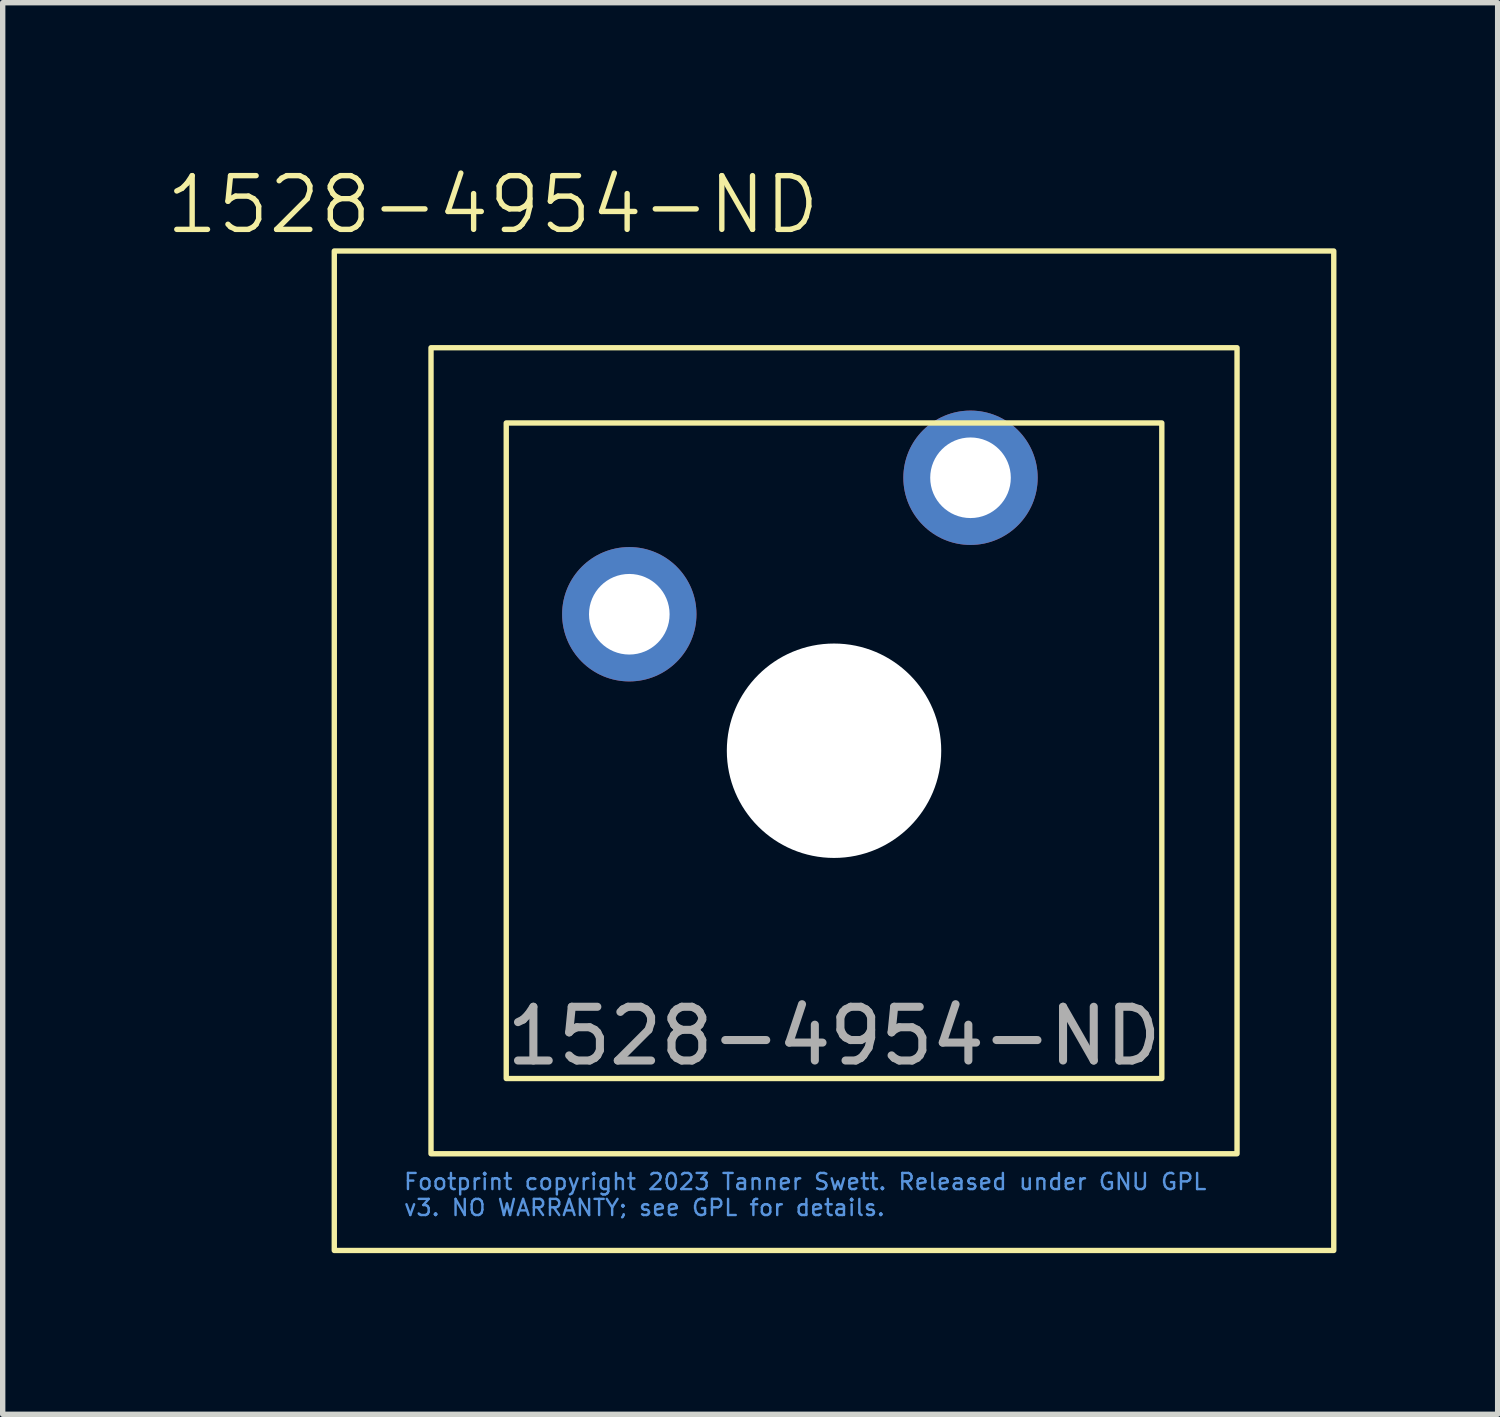
<source format=kicad_pcb>
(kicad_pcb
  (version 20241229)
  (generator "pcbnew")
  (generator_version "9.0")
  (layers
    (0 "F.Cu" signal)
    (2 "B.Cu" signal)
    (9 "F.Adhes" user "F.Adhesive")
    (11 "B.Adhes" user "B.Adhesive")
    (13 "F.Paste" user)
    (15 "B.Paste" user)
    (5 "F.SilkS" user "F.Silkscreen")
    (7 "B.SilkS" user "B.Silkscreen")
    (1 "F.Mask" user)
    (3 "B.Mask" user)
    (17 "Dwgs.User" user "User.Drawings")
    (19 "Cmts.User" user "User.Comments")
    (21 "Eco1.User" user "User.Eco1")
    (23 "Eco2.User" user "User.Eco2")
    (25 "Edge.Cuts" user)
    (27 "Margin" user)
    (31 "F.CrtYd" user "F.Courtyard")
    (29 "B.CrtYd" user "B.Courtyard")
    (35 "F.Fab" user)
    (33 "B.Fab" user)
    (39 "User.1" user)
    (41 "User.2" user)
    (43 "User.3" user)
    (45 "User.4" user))
  (footprint "1528-4954-ND"
    (layer "F.Cu")
    (at 12.471 10.921)
    (property "Reference" "1528-4954-ND" (at -6.35 -10.16 0) (unlocked yes) (layer "F.SilkS") (effects (font (size 1 1) (thickness 0.1))))
    (attr through_hole)
    (fp_rect (start -9.3 -9.3) (end 9.3 9.3) (stroke (width 0.1) (type default)) (fill no) (layer "F.SilkS"))
    (fp_rect (start -7.5 -7.5) (end 7.5 7.5) (stroke (width 0.1) (type default)) (fill no) (layer "F.SilkS"))
    (fp_rect (start -6.1 -6.1) (end 6.1 6.1) (stroke (width 0.1) (type default)) (fill no) (layer "F.SilkS"))
    (fp_text user "${REFERENCE}" (at 0 5.31 0) (unlocked yes) (layer "F.Fab") (effects (font (size 1 1) (thickness 0.15))))
    (fp_text_box "Footprint copyright 2023 Tanner Swett. Released under GNU GPL v3. NO WARRANTY; see GPL for details." (start -8.255 7.62) (end 7.62 8.89) (margins 0.225 0.225 0.225 0.225) (layer "Cmts.User") (effects (font (size 0.3 0.3) (thickness 0.045)) (justify left top)) (border no) (stroke (width -0.000001) (type solid)))
    (pad "" np_thru_hole circle (at 0 0) (size 3.99 3.99) (drill 3.99) (layers "*.Cu" "*.Mask"))
    (pad "1" thru_hole circle (at -3.81 -2.54) (size 2.5 2.5) (drill 1.5) (layers "*.Cu" "*.Mask"))
    (pad "2" thru_hole circle (at 2.54 -5.08) (size 2.5 2.5) (drill 1.5) (layers "*.Cu" "*.Mask")))
  (gr_rect
    (start -3 -3)
    (end 24.821 23.27)
    (stroke (width 0.1) (type default))
    (fill no)
    (layer "Edge.Cuts")))
</source>
